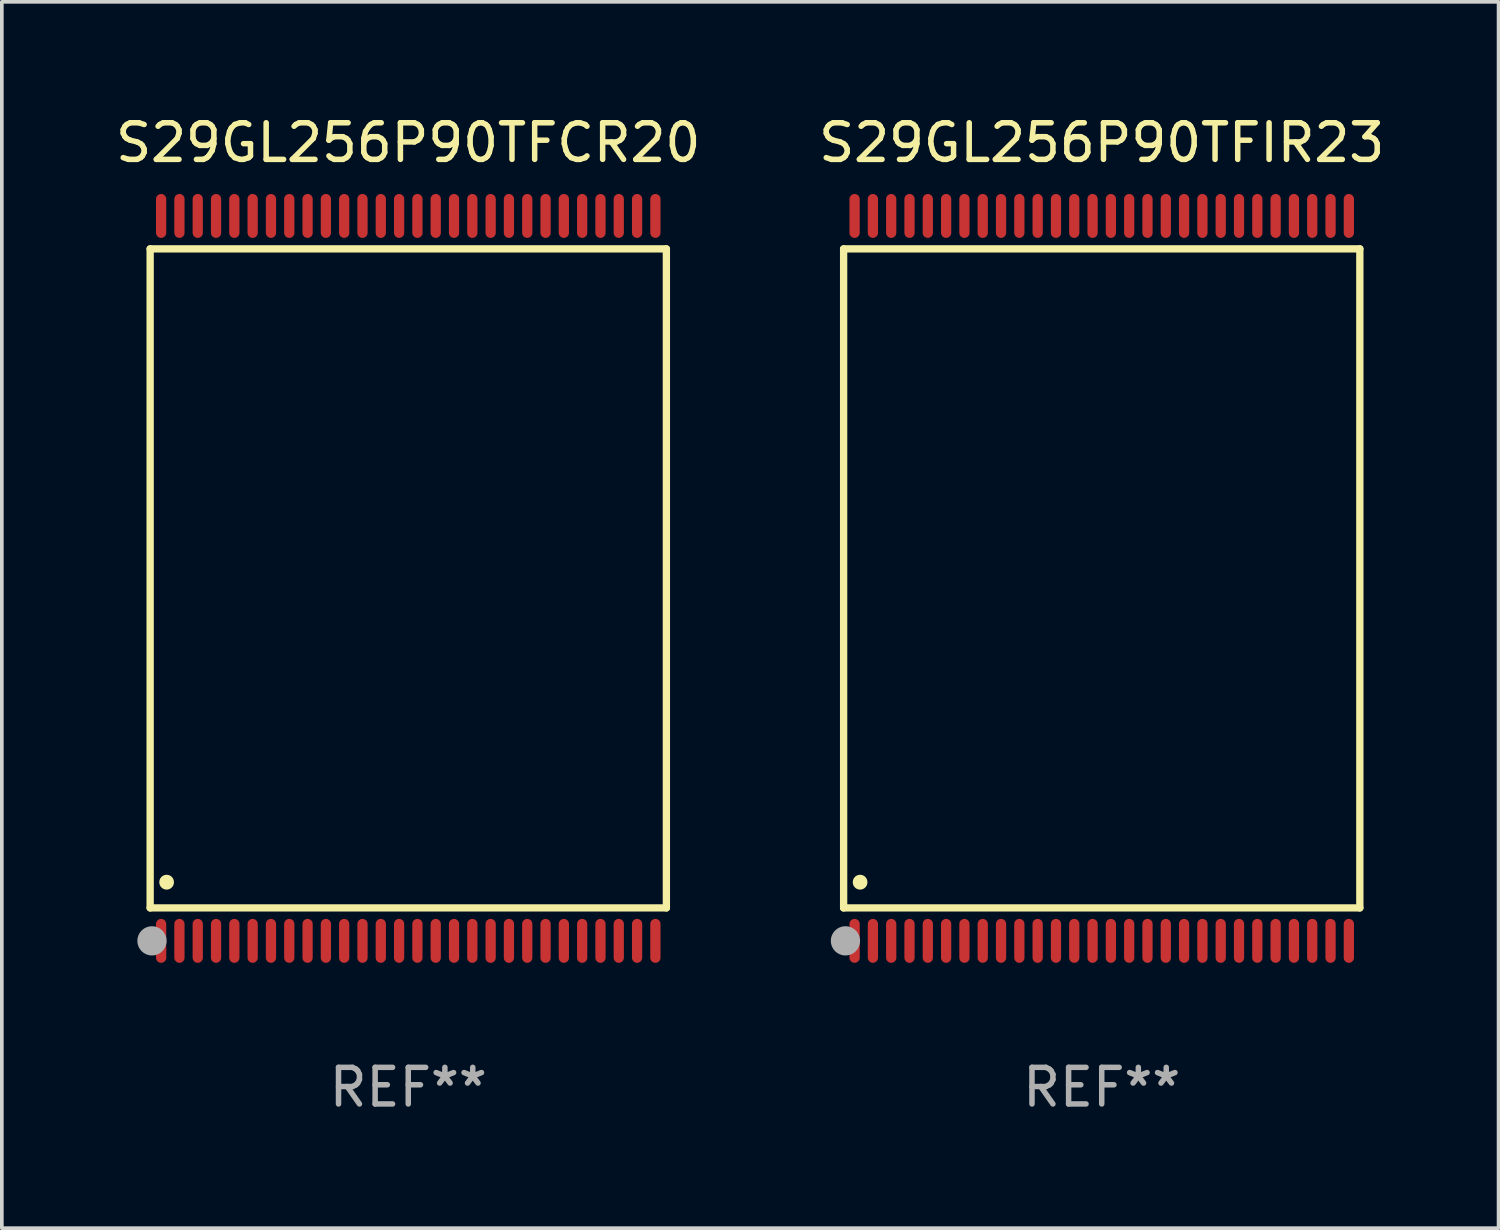
<source format=kicad_pcb>
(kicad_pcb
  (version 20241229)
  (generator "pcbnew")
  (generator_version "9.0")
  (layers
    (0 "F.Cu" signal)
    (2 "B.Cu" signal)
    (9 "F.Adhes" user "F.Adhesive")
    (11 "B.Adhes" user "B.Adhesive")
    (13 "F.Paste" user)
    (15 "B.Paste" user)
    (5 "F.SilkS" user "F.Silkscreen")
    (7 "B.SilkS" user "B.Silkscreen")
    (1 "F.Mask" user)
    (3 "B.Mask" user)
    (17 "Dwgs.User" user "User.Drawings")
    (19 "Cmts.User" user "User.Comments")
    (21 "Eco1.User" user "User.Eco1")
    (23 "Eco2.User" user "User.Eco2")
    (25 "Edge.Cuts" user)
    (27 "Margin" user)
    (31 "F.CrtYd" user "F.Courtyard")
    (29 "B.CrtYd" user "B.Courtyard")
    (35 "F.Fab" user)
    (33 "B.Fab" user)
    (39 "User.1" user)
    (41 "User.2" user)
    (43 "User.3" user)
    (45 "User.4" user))
  (footprint "S29GL256P90TFCR20"
    (layer "F.Cu")
    (at 8.101 12.748)
    (property "Reference" "S29GL256P90TFCR20" (at 0 -11.9 0) (layer "F.SilkS") (effects (font (size 1 1) (thickness 0.15))))
    (attr through_hole)
    (fp_line (start -7.05 -9) (end 7.05 -9) (stroke (width 0.2) (type solid)) (layer "F.SilkS"))
    (fp_line (start -7.05 9) (end -7.05 -9) (stroke (width 0.2) (type solid)) (layer "F.SilkS"))
    (fp_line (start 7.05 9) (end -7.05 9) (stroke (width 0.2) (type solid)) (layer "F.SilkS"))
    (fp_line (start 7.05 9) (end 7.05 -9) (stroke (width 0.2) (type solid)) (layer "F.SilkS"))
    (fp_arc (start -6.600025 8.300025) (mid -6.600041 8.297485) (end -6.600025 8.294945) (stroke (width 0.4) (type solid)) (layer "F.SilkS"))
    (fp_circle (center -7 10) (end -6.97 10) (stroke (width 0.06) (type solid)) (fill no) (layer "F.SilkS"))
    (fp_circle (center -7 9.9) (end -6.8 9.9) (stroke (width 0.4) (type solid)) (fill no) (layer "F.Fab"))
    (fp_text user "REF**" (at 0 13.9 0) (layer "F.Fab") (effects (font (size 1 1) (thickness 0.15))))
    (pad "1" smd oval (at -6.75 9.9) (size 0.28 1.2) (layers "F.Cu" "F.Mask" "F.Paste"))
    (pad "2" smd oval (at -6.25 9.9) (size 0.28 1.2) (layers "F.Cu" "F.Mask" "F.Paste"))
    (pad "3" smd oval (at -5.75 9.9) (size 0.28 1.2) (layers "F.Cu" "F.Mask" "F.Paste"))
    (pad "4" smd oval (at -5.25 9.9) (size 0.28 1.2) (layers "F.Cu" "F.Mask" "F.Paste"))
    (pad "5" smd oval (at -4.75 9.9) (size 0.28 1.2) (layers "F.Cu" "F.Mask" "F.Paste"))
    (pad "6" smd oval (at -4.25 9.9) (size 0.28 1.2) (layers "F.Cu" "F.Mask" "F.Paste"))
    (pad "7" smd oval (at -3.75 9.9) (size 0.28 1.2) (layers "F.Cu" "F.Mask" "F.Paste"))
    (pad "8" smd oval (at -3.25 9.9) (size 0.28 1.2) (layers "F.Cu" "F.Mask" "F.Paste"))
    (pad "9" smd oval (at -2.75 9.9) (size 0.28 1.2) (layers "F.Cu" "F.Mask" "F.Paste"))
    (pad "10" smd oval (at -2.25 9.9) (size 0.28 1.2) (layers "F.Cu" "F.Mask" "F.Paste"))
    (pad "11" smd oval (at -1.75 9.9) (size 0.28 1.2) (layers "F.Cu" "F.Mask" "F.Paste"))
    (pad "12" smd oval (at -1.25 9.9) (size 0.28 1.2) (layers "F.Cu" "F.Mask" "F.Paste"))
    (pad "13" smd oval (at -0.75 9.9) (size 0.28 1.2) (layers "F.Cu" "F.Mask" "F.Paste"))
    (pad "14" smd oval (at -0.25 9.9) (size 0.28 1.2) (layers "F.Cu" "F.Mask" "F.Paste"))
    (pad "15" smd oval (at 0.25 9.9) (size 0.28 1.2) (layers "F.Cu" "F.Mask" "F.Paste"))
    (pad "16" smd oval (at 0.75 9.9) (size 0.28 1.2) (layers "F.Cu" "F.Mask" "F.Paste"))
    (pad "17" smd oval (at 1.25 9.9) (size 0.28 1.2) (layers "F.Cu" "F.Mask" "F.Paste"))
    (pad "18" smd oval (at 1.75 9.9) (size 0.28 1.2) (layers "F.Cu" "F.Mask" "F.Paste"))
    (pad "19" smd oval (at 2.25 9.9) (size 0.28 1.2) (layers "F.Cu" "F.Mask" "F.Paste"))
    (pad "20" smd oval (at 2.75 9.9) (size 0.28 1.2) (layers "F.Cu" "F.Mask" "F.Paste"))
    (pad "21" smd oval (at 3.25 9.9) (size 0.28 1.2) (layers "F.Cu" "F.Mask" "F.Paste"))
    (pad "22" smd oval (at 3.75 9.9) (size 0.28 1.2) (layers "F.Cu" "F.Mask" "F.Paste"))
    (pad "23" smd oval (at 4.25 9.9) (size 0.28 1.2) (layers "F.Cu" "F.Mask" "F.Paste"))
    (pad "24" smd oval (at 4.75 9.9) (size 0.28 1.2) (layers "F.Cu" "F.Mask" "F.Paste"))
    (pad "25" smd oval (at 5.25 9.9) (size 0.28 1.2) (layers "F.Cu" "F.Mask" "F.Paste"))
    (pad "26" smd oval (at 5.75 9.9) (size 0.28 1.2) (layers "F.Cu" "F.Mask" "F.Paste"))
    (pad "27" smd oval (at 6.25 9.9) (size 0.28 1.2) (layers "F.Cu" "F.Mask" "F.Paste"))
    (pad "28" smd oval (at 6.75 9.9) (size 0.28 1.2) (layers "F.Cu" "F.Mask" "F.Paste"))
    (pad "29" smd oval (at 6.75 -9.9) (size 0.28 1.2) (layers "F.Cu" "F.Mask" "F.Paste"))
    (pad "30" smd oval (at 6.25 -9.9) (size 0.28 1.2) (layers "F.Cu" "F.Mask" "F.Paste"))
    (pad "31" smd oval (at 5.75 -9.9) (size 0.28 1.2) (layers "F.Cu" "F.Mask" "F.Paste"))
    (pad "32" smd oval (at 5.25 -9.9) (size 0.28 1.2) (layers "F.Cu" "F.Mask" "F.Paste"))
    (pad "33" smd oval (at 4.75 -9.9) (size 0.28 1.2) (layers "F.Cu" "F.Mask" "F.Paste"))
    (pad "34" smd oval (at 4.25 -9.9) (size 0.28 1.2) (layers "F.Cu" "F.Mask" "F.Paste"))
    (pad "35" smd oval (at 3.75 -9.9) (size 0.28 1.2) (layers "F.Cu" "F.Mask" "F.Paste"))
    (pad "36" smd oval (at 3.25 -9.9) (size 0.28 1.2) (layers "F.Cu" "F.Mask" "F.Paste"))
    (pad "37" smd oval (at 2.75 -9.9) (size 0.28 1.2) (layers "F.Cu" "F.Mask" "F.Paste"))
    (pad "38" smd oval (at 2.25 -9.9) (size 0.28 1.2) (layers "F.Cu" "F.Mask" "F.Paste"))
    (pad "39" smd oval (at 1.75 -9.9) (size 0.28 1.2) (layers "F.Cu" "F.Mask" "F.Paste"))
    (pad "40" smd oval (at 1.25 -9.9) (size 0.28 1.2) (layers "F.Cu" "F.Mask" "F.Paste"))
    (pad "41" smd oval (at 0.75 -9.9) (size 0.28 1.2) (layers "F.Cu" "F.Mask" "F.Paste"))
    (pad "42" smd oval (at 0.25 -9.9) (size 0.28 1.2) (layers "F.Cu" "F.Mask" "F.Paste"))
    (pad "43" smd oval (at -0.25 -9.9) (size 0.28 1.2) (layers "F.Cu" "F.Mask" "F.Paste"))
    (pad "44" smd oval (at -0.75 -9.9) (size 0.28 1.2) (layers "F.Cu" "F.Mask" "F.Paste"))
    (pad "45" smd oval (at -1.25 -9.9) (size 0.28 1.2) (layers "F.Cu" "F.Mask" "F.Paste"))
    (pad "46" smd oval (at -1.75 -9.9) (size 0.28 1.2) (layers "F.Cu" "F.Mask" "F.Paste"))
    (pad "47" smd oval (at -2.25 -9.9) (size 0.28 1.2) (layers "F.Cu" "F.Mask" "F.Paste"))
    (pad "48" smd oval (at -2.75 -9.9) (size 0.28 1.2) (layers "F.Cu" "F.Mask" "F.Paste"))
    (pad "49" smd oval (at -3.25 -9.9) (size 0.28 1.2) (layers "F.Cu" "F.Mask" "F.Paste"))
    (pad "50" smd oval (at -3.75 -9.9) (size 0.28 1.2) (layers "F.Cu" "F.Mask" "F.Paste"))
    (pad "51" smd oval (at -4.25 -9.9) (size 0.28 1.2) (layers "F.Cu" "F.Mask" "F.Paste"))
    (pad "52" smd oval (at -4.75 -9.9) (size 0.28 1.2) (layers "F.Cu" "F.Mask" "F.Paste"))
    (pad "53" smd oval (at -5.25 -9.9) (size 0.28 1.2) (layers "F.Cu" "F.Mask" "F.Paste"))
    (pad "54" smd oval (at -5.75 -9.9) (size 0.28 1.2) (layers "F.Cu" "F.Mask" "F.Paste"))
    (pad "55" smd oval (at -6.25 -9.9) (size 0.28 1.2) (layers "F.Cu" "F.Mask" "F.Paste"))
    (pad "56" smd oval (at -6.75 -9.9) (size 0.28 1.2) (layers "F.Cu" "F.Mask" "F.Paste")))
  (footprint "S29GL256P90TFIR23"
    (layer "F.Cu")
    (at 27.042 12.748)
    (property "Reference" "S29GL256P90TFIR23" (at 0 -11.9 0) (layer "F.SilkS") (effects (font (size 1 1) (thickness 0.15))))
    (attr through_hole)
    (fp_line (start -7.05 -9) (end 7.05 -9) (stroke (width 0.2) (type solid)) (layer "F.SilkS"))
    (fp_line (start -7.05 9) (end -7.05 -9) (stroke (width 0.2) (type solid)) (layer "F.SilkS"))
    (fp_line (start 7.05 9) (end -7.05 9) (stroke (width 0.2) (type solid)) (layer "F.SilkS"))
    (fp_line (start 7.05 9) (end 7.05 -9) (stroke (width 0.2) (type solid)) (layer "F.SilkS"))
    (fp_arc (start -6.600025 8.300025) (mid -6.600041 8.297485) (end -6.600025 8.294945) (stroke (width 0.4) (type solid)) (layer "F.SilkS"))
    (fp_circle (center -7 10) (end -6.97 10) (stroke (width 0.06) (type solid)) (fill no) (layer "F.SilkS"))
    (fp_circle (center -7 9.9) (end -6.8 9.9) (stroke (width 0.4) (type solid)) (fill no) (layer "F.Fab"))
    (fp_text user "REF**" (at 0 13.9 0) (layer "F.Fab") (effects (font (size 1 1) (thickness 0.15))))
    (pad "1" smd oval (at -6.75 9.9) (size 0.28 1.2) (layers "F.Cu" "F.Mask" "F.Paste"))
    (pad "2" smd oval (at -6.25 9.9) (size 0.28 1.2) (layers "F.Cu" "F.Mask" "F.Paste"))
    (pad "3" smd oval (at -5.75 9.9) (size 0.28 1.2) (layers "F.Cu" "F.Mask" "F.Paste"))
    (pad "4" smd oval (at -5.25 9.9) (size 0.28 1.2) (layers "F.Cu" "F.Mask" "F.Paste"))
    (pad "5" smd oval (at -4.75 9.9) (size 0.28 1.2) (layers "F.Cu" "F.Mask" "F.Paste"))
    (pad "6" smd oval (at -4.25 9.9) (size 0.28 1.2) (layers "F.Cu" "F.Mask" "F.Paste"))
    (pad "7" smd oval (at -3.75 9.9) (size 0.28 1.2) (layers "F.Cu" "F.Mask" "F.Paste"))
    (pad "8" smd oval (at -3.25 9.9) (size 0.28 1.2) (layers "F.Cu" "F.Mask" "F.Paste"))
    (pad "9" smd oval (at -2.75 9.9) (size 0.28 1.2) (layers "F.Cu" "F.Mask" "F.Paste"))
    (pad "10" smd oval (at -2.25 9.9) (size 0.28 1.2) (layers "F.Cu" "F.Mask" "F.Paste"))
    (pad "11" smd oval (at -1.75 9.9) (size 0.28 1.2) (layers "F.Cu" "F.Mask" "F.Paste"))
    (pad "12" smd oval (at -1.25 9.9) (size 0.28 1.2) (layers "F.Cu" "F.Mask" "F.Paste"))
    (pad "13" smd oval (at -0.75 9.9) (size 0.28 1.2) (layers "F.Cu" "F.Mask" "F.Paste"))
    (pad "14" smd oval (at -0.25 9.9) (size 0.28 1.2) (layers "F.Cu" "F.Mask" "F.Paste"))
    (pad "15" smd oval (at 0.25 9.9) (size 0.28 1.2) (layers "F.Cu" "F.Mask" "F.Paste"))
    (pad "16" smd oval (at 0.75 9.9) (size 0.28 1.2) (layers "F.Cu" "F.Mask" "F.Paste"))
    (pad "17" smd oval (at 1.25 9.9) (size 0.28 1.2) (layers "F.Cu" "F.Mask" "F.Paste"))
    (pad "18" smd oval (at 1.75 9.9) (size 0.28 1.2) (layers "F.Cu" "F.Mask" "F.Paste"))
    (pad "19" smd oval (at 2.25 9.9) (size 0.28 1.2) (layers "F.Cu" "F.Mask" "F.Paste"))
    (pad "20" smd oval (at 2.75 9.9) (size 0.28 1.2) (layers "F.Cu" "F.Mask" "F.Paste"))
    (pad "21" smd oval (at 3.25 9.9) (size 0.28 1.2) (layers "F.Cu" "F.Mask" "F.Paste"))
    (pad "22" smd oval (at 3.75 9.9) (size 0.28 1.2) (layers "F.Cu" "F.Mask" "F.Paste"))
    (pad "23" smd oval (at 4.25 9.9) (size 0.28 1.2) (layers "F.Cu" "F.Mask" "F.Paste"))
    (pad "24" smd oval (at 4.75 9.9) (size 0.28 1.2) (layers "F.Cu" "F.Mask" "F.Paste"))
    (pad "25" smd oval (at 5.25 9.9) (size 0.28 1.2) (layers "F.Cu" "F.Mask" "F.Paste"))
    (pad "26" smd oval (at 5.75 9.9) (size 0.28 1.2) (layers "F.Cu" "F.Mask" "F.Paste"))
    (pad "27" smd oval (at 6.25 9.9) (size 0.28 1.2) (layers "F.Cu" "F.Mask" "F.Paste"))
    (pad "28" smd oval (at 6.75 9.9) (size 0.28 1.2) (layers "F.Cu" "F.Mask" "F.Paste"))
    (pad "29" smd oval (at 6.75 -9.9) (size 0.28 1.2) (layers "F.Cu" "F.Mask" "F.Paste"))
    (pad "30" smd oval (at 6.25 -9.9) (size 0.28 1.2) (layers "F.Cu" "F.Mask" "F.Paste"))
    (pad "31" smd oval (at 5.75 -9.9) (size 0.28 1.2) (layers "F.Cu" "F.Mask" "F.Paste"))
    (pad "32" smd oval (at 5.25 -9.9) (size 0.28 1.2) (layers "F.Cu" "F.Mask" "F.Paste"))
    (pad "33" smd oval (at 4.75 -9.9) (size 0.28 1.2) (layers "F.Cu" "F.Mask" "F.Paste"))
    (pad "34" smd oval (at 4.25 -9.9) (size 0.28 1.2) (layers "F.Cu" "F.Mask" "F.Paste"))
    (pad "35" smd oval (at 3.75 -9.9) (size 0.28 1.2) (layers "F.Cu" "F.Mask" "F.Paste"))
    (pad "36" smd oval (at 3.25 -9.9) (size 0.28 1.2) (layers "F.Cu" "F.Mask" "F.Paste"))
    (pad "37" smd oval (at 2.75 -9.9) (size 0.28 1.2) (layers "F.Cu" "F.Mask" "F.Paste"))
    (pad "38" smd oval (at 2.25 -9.9) (size 0.28 1.2) (layers "F.Cu" "F.Mask" "F.Paste"))
    (pad "39" smd oval (at 1.75 -9.9) (size 0.28 1.2) (layers "F.Cu" "F.Mask" "F.Paste"))
    (pad "40" smd oval (at 1.25 -9.9) (size 0.28 1.2) (layers "F.Cu" "F.Mask" "F.Paste"))
    (pad "41" smd oval (at 0.75 -9.9) (size 0.28 1.2) (layers "F.Cu" "F.Mask" "F.Paste"))
    (pad "42" smd oval (at 0.25 -9.9) (size 0.28 1.2) (layers "F.Cu" "F.Mask" "F.Paste"))
    (pad "43" smd oval (at -0.25 -9.9) (size 0.28 1.2) (layers "F.Cu" "F.Mask" "F.Paste"))
    (pad "44" smd oval (at -0.75 -9.9) (size 0.28 1.2) (layers "F.Cu" "F.Mask" "F.Paste"))
    (pad "45" smd oval (at -1.25 -9.9) (size 0.28 1.2) (layers "F.Cu" "F.Mask" "F.Paste"))
    (pad "46" smd oval (at -1.75 -9.9) (size 0.28 1.2) (layers "F.Cu" "F.Mask" "F.Paste"))
    (pad "47" smd oval (at -2.25 -9.9) (size 0.28 1.2) (layers "F.Cu" "F.Mask" "F.Paste"))
    (pad "48" smd oval (at -2.75 -9.9) (size 0.28 1.2) (layers "F.Cu" "F.Mask" "F.Paste"))
    (pad "49" smd oval (at -3.25 -9.9) (size 0.28 1.2) (layers "F.Cu" "F.Mask" "F.Paste"))
    (pad "50" smd oval (at -3.75 -9.9) (size 0.28 1.2) (layers "F.Cu" "F.Mask" "F.Paste"))
    (pad "51" smd oval (at -4.25 -9.9) (size 0.28 1.2) (layers "F.Cu" "F.Mask" "F.Paste"))
    (pad "52" smd oval (at -4.75 -9.9) (size 0.28 1.2) (layers "F.Cu" "F.Mask" "F.Paste"))
    (pad "53" smd oval (at -5.25 -9.9) (size 0.28 1.2) (layers "F.Cu" "F.Mask" "F.Paste"))
    (pad "54" smd oval (at -5.75 -9.9) (size 0.28 1.2) (layers "F.Cu" "F.Mask" "F.Paste"))
    (pad "55" smd oval (at -6.25 -9.9) (size 0.28 1.2) (layers "F.Cu" "F.Mask" "F.Paste"))
    (pad "56" smd oval (at -6.75 -9.9) (size 0.28 1.2) (layers "F.Cu" "F.Mask" "F.Paste")))
  (gr_rect
    (start -3 -3)
    (end 37.881 30.496)
    (stroke (width 0.1) (type default))
    (fill no)
    (layer "Edge.Cuts")))
</source>
